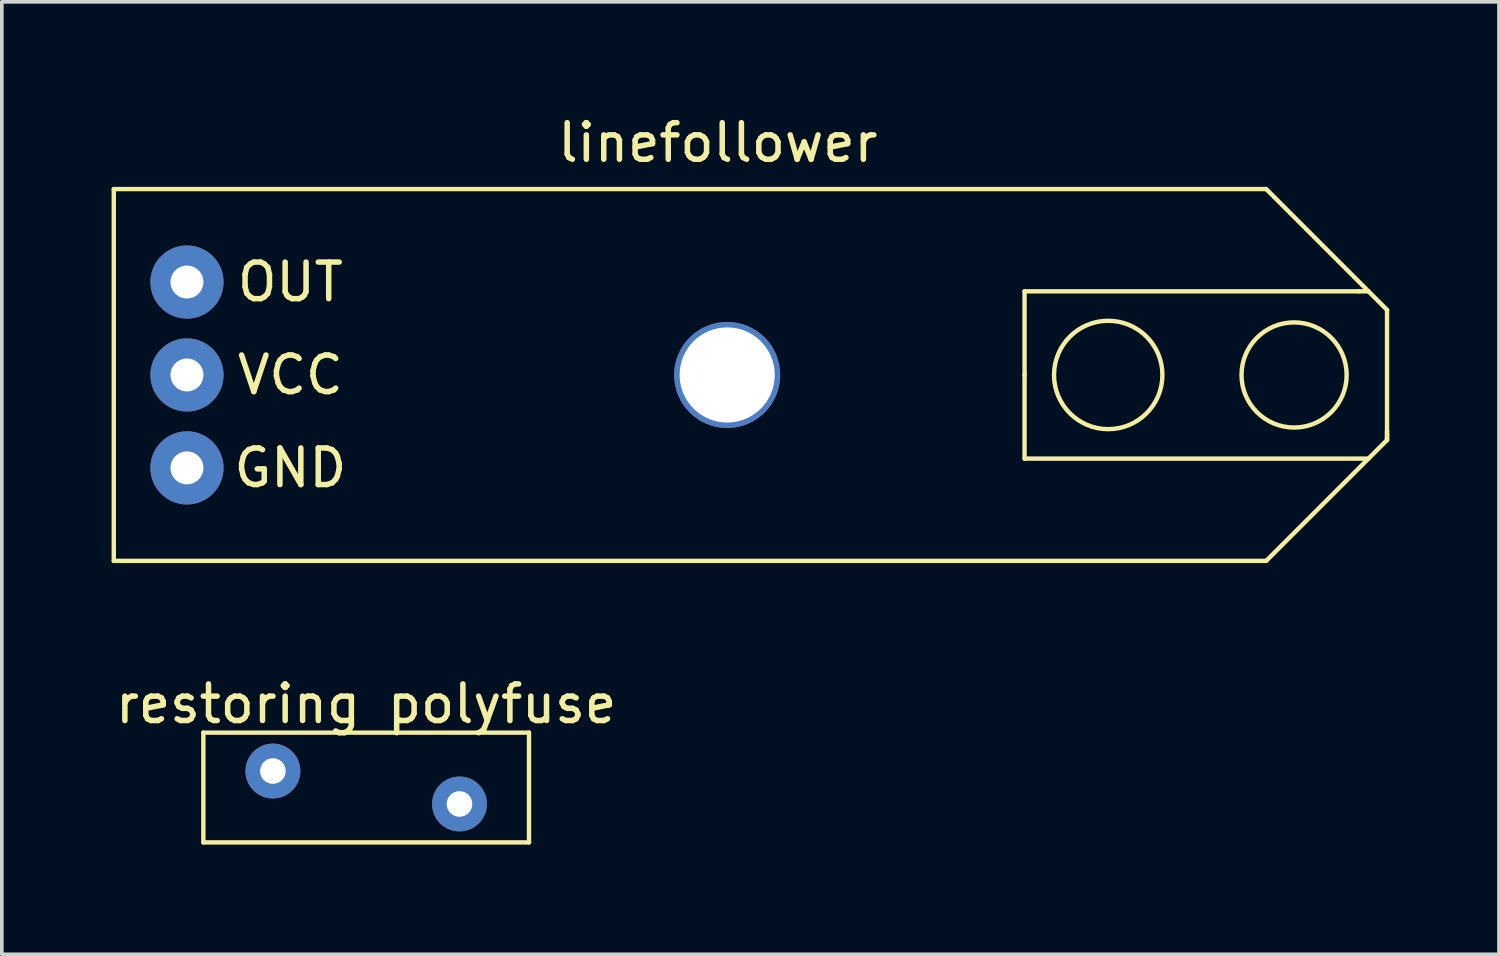
<source format=kicad_pcb>
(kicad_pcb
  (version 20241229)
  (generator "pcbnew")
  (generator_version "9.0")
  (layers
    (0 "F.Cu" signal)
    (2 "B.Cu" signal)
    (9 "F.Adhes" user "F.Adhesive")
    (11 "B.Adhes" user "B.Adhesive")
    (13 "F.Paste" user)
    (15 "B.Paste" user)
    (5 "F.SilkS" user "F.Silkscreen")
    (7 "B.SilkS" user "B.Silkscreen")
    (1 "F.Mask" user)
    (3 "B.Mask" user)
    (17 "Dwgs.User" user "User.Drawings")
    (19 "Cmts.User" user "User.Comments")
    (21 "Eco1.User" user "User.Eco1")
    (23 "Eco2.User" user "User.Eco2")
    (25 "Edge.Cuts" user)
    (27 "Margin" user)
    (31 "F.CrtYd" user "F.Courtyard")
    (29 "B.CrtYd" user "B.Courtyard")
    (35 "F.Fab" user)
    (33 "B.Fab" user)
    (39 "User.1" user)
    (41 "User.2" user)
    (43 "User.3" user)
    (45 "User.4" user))
  (footprint "linefollower"
    (layer "F.Cu")
    (at 16.57 6.944)
    (property "Reference" "linefollower" (at 0 -6.096 0) (layer "F.SilkS") (effects (font (size 1 1) (thickness 0.15))))
    (attr through_hole)
    (fp_line (start -16.51 -4.826) (end -16.51 5.334) (stroke (width 0.12) (type solid)) (layer "F.SilkS"))
    (fp_line (start -16.51 5.334) (end 14.986 5.334) (stroke (width 0.12) (type solid)) (layer "F.SilkS"))
    (fp_line (start 8.382 -2.032) (end 17.526 -2.032) (stroke (width 0.12) (type solid)) (layer "F.SilkS"))
    (fp_line (start 8.382 0.254) (end 8.382 -2.032) (stroke (width 0.12) (type solid)) (layer "F.SilkS"))
    (fp_line (start 8.382 2.54) (end 8.382 0.254) (stroke (width 0.12) (type solid)) (layer "F.SilkS"))
    (fp_line (start 14.986 -4.826) (end -16.51 -4.826) (stroke (width 0.12) (type solid)) (layer "F.SilkS"))
    (fp_line (start 14.986 -4.826) (end 18.288 -1.524) (stroke (width 0.12) (type solid)) (layer "F.SilkS"))
    (fp_line (start 17.526 -2.032) (end 17.78 -2.032) (stroke (width 0.12) (type solid)) (layer "F.SilkS"))
    (fp_line (start 17.78 2.54) (end 8.382 2.54) (stroke (width 0.12) (type solid)) (layer "F.SilkS"))
    (fp_line (start 18.288 -1.524) (end 18.288 2.032) (stroke (width 0.12) (type solid)) (layer "F.SilkS"))
    (fp_line (start 18.288 2.032) (end 14.986 5.334) (stroke (width 0.12) (type solid)) (layer "F.SilkS"))
    (fp_line (start 18.288 2.032) (end 18.288 1.778) (stroke (width 0.12) (type solid)) (layer "F.SilkS"))
    (fp_circle (center 10.668 0.254) (end 11.938 -0.508) (stroke (width 0.12) (type solid)) (fill no) (layer "F.SilkS"))
    (fp_circle (center 15.748 0.254) (end 16.764 -0.762) (stroke (width 0.12) (type solid)) (fill no) (layer "F.SilkS"))
    (fp_text user "OUT" (at -11.684 -2.286 0) (layer "F.SilkS") (effects (font (size 1 1) (thickness 0.15))))
    (fp_text user "GND" (at -11.684 2.794 0) (layer "F.SilkS") (effects (font (size 1 1) (thickness 0.15))))
    (fp_text user "VCC" (at -11.684 0.254 0) (layer "F.SilkS") (effects (font (size 1 1) (thickness 0.15))))
    (pad "1" thru_hole circle (at -14.51 -2.286) (size 2 2) (drill 0.9) (layers "*.Cu" "*.Mask"))
    (pad "2" thru_hole circle (at -14.51 0.254) (size 2 2) (drill 0.9) (layers "*.Cu" "*.Mask"))
    (pad "3" thru_hole circle (at -14.51 2.794) (size 2 2) (drill 0.9) (layers "*.Cu" "*.Mask"))
    (pad "4" thru_hole circle (at 0.254 0.254) (size 2.9 2.9) (drill 2.6) (layers "*.Cu" "*.Mask")))
  (footprint "restoring polyfuse"
    (layer "F.Cu")
    (at 6.958 18.473)
    (property "Reference" "restoring polyfuse" (at 0 -2.286 0) (layer "F.SilkS") (effects (font (size 1 1) (thickness 0.15))))
    (attr through_hole)
    (fp_line (start -4.45 -1.5) (end 4.45 -1.5) (stroke (width 0.12) (type solid)) (layer "F.SilkS"))
    (fp_line (start -4.45 1.5) (end -4.45 -1.5) (stroke (width 0.12) (type solid)) (layer "F.SilkS"))
    (fp_line (start 4.45 -1.5) (end 4.45 1.5) (stroke (width 0.12) (type solid)) (layer "F.SilkS"))
    (fp_line (start 4.45 1.5) (end -4.45 1.5) (stroke (width 0.12) (type solid)) (layer "F.SilkS"))
    (pad "1" thru_hole circle (at -2.55 -0.45) (size 1.5 1.5) (drill 0.7) (layers "*.Cu" "*.Mask"))
    (pad "2" thru_hole circle (at 2.55 0.45) (size 1.5 1.5) (drill 0.7) (layers "*.Cu" "*.Mask")))
  (gr_rect
    (start -3 -3)
    (end 37.918 23.032)
    (stroke (width 0.1) (type default))
    (fill no)
    (layer "Edge.Cuts")))
</source>
